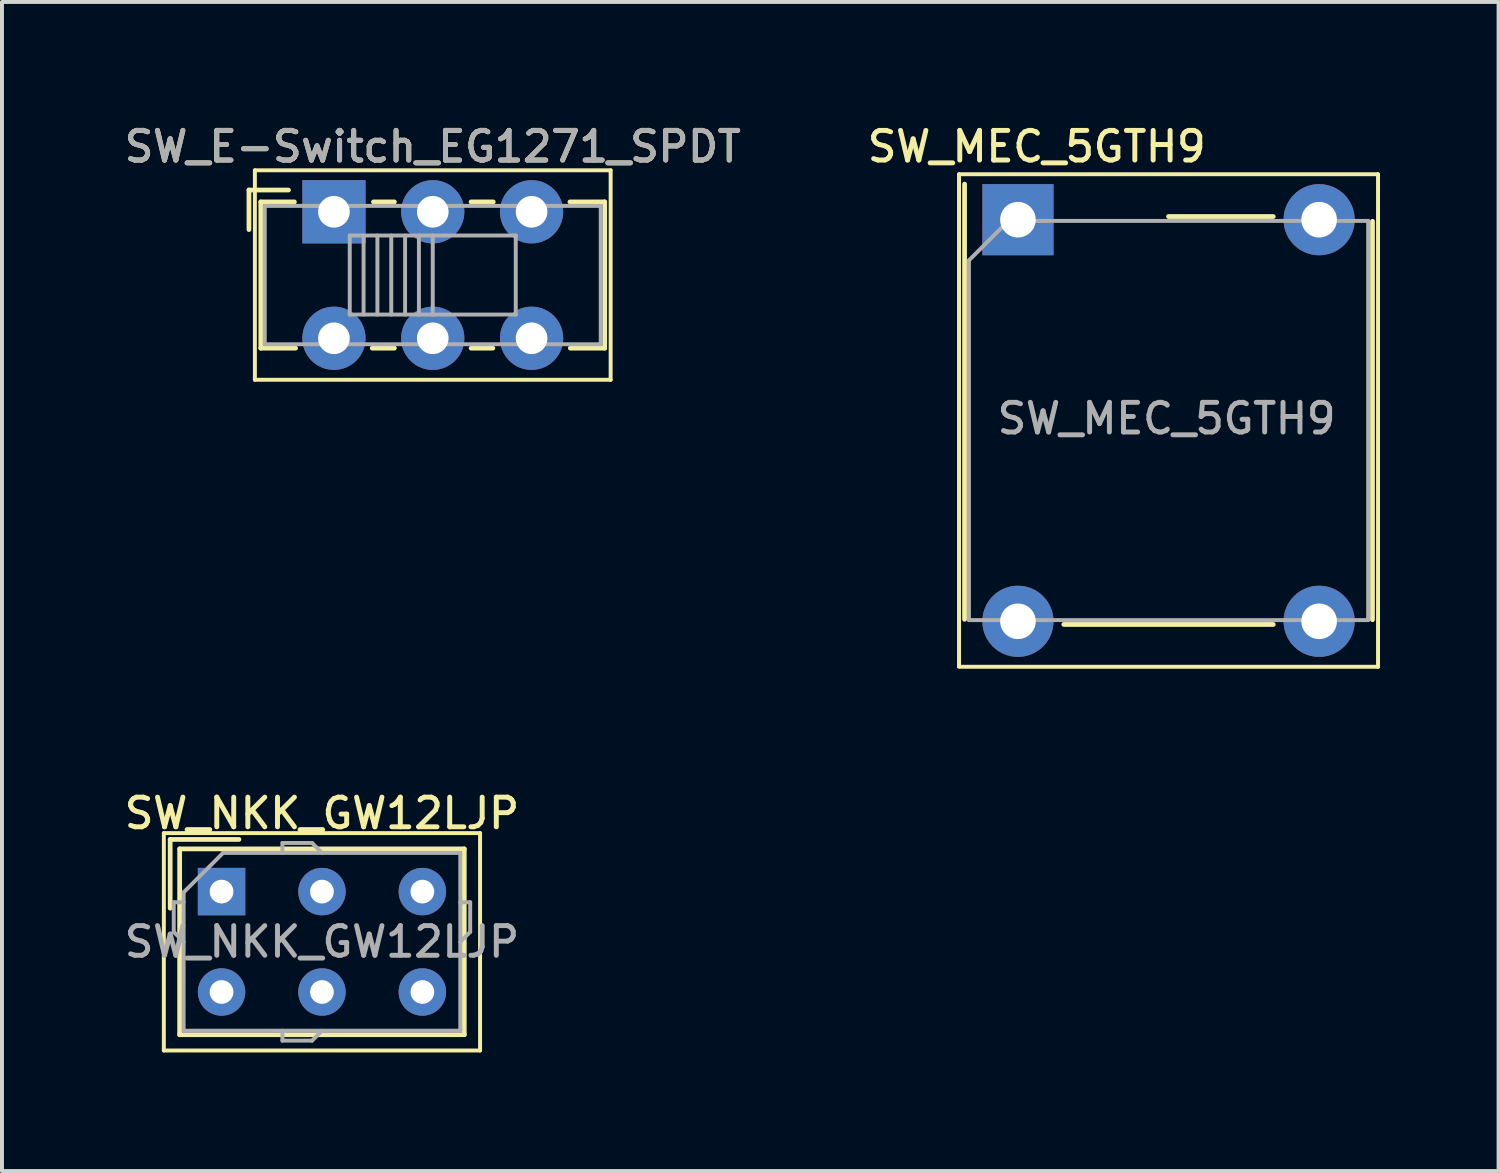
<source format=kicad_pcb>
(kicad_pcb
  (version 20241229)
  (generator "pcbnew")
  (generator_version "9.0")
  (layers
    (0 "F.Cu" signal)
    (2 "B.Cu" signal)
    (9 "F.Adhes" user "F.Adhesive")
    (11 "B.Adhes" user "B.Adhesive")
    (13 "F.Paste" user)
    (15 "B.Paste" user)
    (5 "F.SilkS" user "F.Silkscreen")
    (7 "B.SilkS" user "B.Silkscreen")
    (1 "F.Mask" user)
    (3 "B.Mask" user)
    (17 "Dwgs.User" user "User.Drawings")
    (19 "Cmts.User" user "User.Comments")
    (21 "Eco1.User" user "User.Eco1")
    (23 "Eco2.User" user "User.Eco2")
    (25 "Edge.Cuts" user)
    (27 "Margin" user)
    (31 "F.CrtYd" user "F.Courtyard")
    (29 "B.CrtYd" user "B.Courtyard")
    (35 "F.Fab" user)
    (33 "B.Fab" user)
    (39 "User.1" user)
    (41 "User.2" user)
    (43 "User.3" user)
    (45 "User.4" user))
  (footprint "SW_NKK_GW12LJP"
    (layer "F.Cu")
    (at 2.555 19.506)
    (property "Reference" "SW_NKK_GW12LJP" (at 2.54 -1.98 0) (layer "F.SilkS") (effects (font (size 0.75 0.75) (thickness 0.125))))
    (attr through_hole)
    (fp_line (start -1.46 -1.48) (end -1.46 4.02) (stroke (width 0.1) (type solid)) (layer "F.SilkS"))
    (fp_line (start -1.46 4.02) (end 6.54 4.02) (stroke (width 0.1) (type solid)) (layer "F.SilkS"))
    (fp_line (start -1.3 -1.32) (end 0.44 -1.32) (stroke (width 0.12) (type solid)) (layer "F.SilkS"))
    (fp_line (start -1.3 0.42) (end -1.3 -1.32) (stroke (width 0.12) (type solid)) (layer "F.SilkS"))
    (fp_line (start -1.06 -1.08) (end -1.06 3.62) (stroke (width 0.12) (type solid)) (layer "F.SilkS"))
    (fp_line (start -1.06 3.62) (end 6.14 3.62) (stroke (width 0.12) (type solid)) (layer "F.SilkS"))
    (fp_line (start 6.14 -1.08) (end -1.06 -1.08) (stroke (width 0.12) (type solid)) (layer "F.SilkS"))
    (fp_line (start 6.14 3.62) (end 6.14 -1.08) (stroke (width 0.12) (type solid)) (layer "F.SilkS"))
    (fp_line (start 6.54 -1.48) (end -1.46 -1.48) (stroke (width 0.1) (type solid)) (layer "F.SilkS"))
    (fp_line (start 6.54 4.02) (end 6.54 -1.48) (stroke (width 0.1) (type solid)) (layer "F.SilkS"))
    (fp_line (start -1.21 0.27) (end -0.96 0.27) (stroke (width 0.1) (type solid)) (layer "F.Fab"))
    (fp_line (start -1.21 1.02) (end -1.21 0.27) (stroke (width 0.1) (type solid)) (layer "F.Fab"))
    (fp_line (start -0.96 0.02) (end 0.04 -0.98) (stroke (width 0.1) (type solid)) (layer "F.Fab"))
    (fp_line (start -0.96 1.27) (end -1.21 1.02) (stroke (width 0.1) (type solid)) (layer "F.Fab"))
    (fp_line (start -0.96 3.52) (end -0.96 0.02) (stroke (width 0.1) (type solid)) (layer "F.Fab"))
    (fp_line (start 0.04 -0.98) (end 6.04 -0.98) (stroke (width 0.1) (type solid)) (layer "F.Fab"))
    (fp_line (start 1.54 -1.23) (end 1.54 -0.98) (stroke (width 0.1) (type solid)) (layer "F.Fab"))
    (fp_line (start 1.54 3.77) (end 1.54 3.52) (stroke (width 0.1) (type solid)) (layer "F.Fab"))
    (fp_line (start 2.29 -1.23) (end 1.54 -1.23) (stroke (width 0.1) (type solid)) (layer "F.Fab"))
    (fp_line (start 2.29 3.77) (end 1.54 3.77) (stroke (width 0.1) (type solid)) (layer "F.Fab"))
    (fp_line (start 2.54 -0.98) (end 2.29 -1.23) (stroke (width 0.1) (type solid)) (layer "F.Fab"))
    (fp_line (start 2.54 3.52) (end 2.29 3.77) (stroke (width 0.1) (type solid)) (layer "F.Fab"))
    (fp_line (start 6.04 -0.98) (end 6.04 3.52) (stroke (width 0.1) (type solid)) (layer "F.Fab"))
    (fp_line (start 6.04 1.27) (end 6.29 1.02) (stroke (width 0.1) (type solid)) (layer "F.Fab"))
    (fp_line (start 6.04 3.52) (end -0.96 3.52) (stroke (width 0.1) (type solid)) (layer "F.Fab"))
    (fp_line (start 6.29 0.27) (end 6.04 0.27) (stroke (width 0.1) (type solid)) (layer "F.Fab"))
    (fp_line (start 6.29 1.02) (end 6.29 0.27) (stroke (width 0.1) (type solid)) (layer "F.Fab"))
    (fp_text user "${REFERENCE}" (at 2.54 1.27 0) (layer "F.Fab") (effects (font (size 0.75 0.75) (thickness 0.125))))
    (pad "1" thru_hole rect (at 0 0) (size 1.2 1.2) (drill 0.6) (layers "*.Cu" "*.Mask"))
    (pad "2" thru_hole circle (at 2.54 0) (size 1.2 1.2) (drill 0.6) (layers "*.Cu" "*.Mask"))
    (pad "3" thru_hole circle (at 5.08 0) (size 1.2 1.2) (drill 0.6) (layers "*.Cu" "*.Mask"))
    (pad "4" thru_hole circle (at 0 2.54) (size 1.2 1.2) (drill 0.6) (layers "*.Cu" "*.Mask"))
    (pad "5" thru_hole circle (at 2.54 2.54) (size 1.2 1.2) (drill 0.6) (layers "*.Cu" "*.Mask"))
    (pad "6" thru_hole circle (at 5.08 2.54) (size 1.2 1.2) (drill 0.6) (layers "*.Cu" "*.Mask")))
  (footprint "SW_E-Switch_EG1271_SPDT"
    (layer "F.Cu")
    (at 5.398 2.308)
    (property "Reference" "SW_E-Switch_EG1271_SPDT" (at 2.5 -1.65 0) (layer "F.SilkS") (effects (font (size 0.75 0.75) (thickness 0.125))))
    (attr through_hole)
    (fp_line (start -2.15 -0.55) (end -1.15 -0.55) (stroke (width 0.12) (type solid)) (layer "F.SilkS"))
    (fp_line (start -2.15 0.45) (end -2.15 -0.55) (stroke (width 0.12) (type solid)) (layer "F.SilkS"))
    (fp_line (start -2 -1.05) (end 7 -1.05) (stroke (width 0.1) (type solid)) (layer "F.SilkS"))
    (fp_line (start -2 4.25) (end -2 -1.05) (stroke (width 0.1) (type solid)) (layer "F.SilkS"))
    (fp_line (start -1.85 -0.25) (end -1 -0.25) (stroke (width 0.12) (type solid)) (layer "F.SilkS"))
    (fp_line (start -1.85 3.45) (end -1.85 -0.25) (stroke (width 0.12) (type solid)) (layer "F.SilkS"))
    (fp_line (start -0.97 3.45) (end -1.85 3.45) (stroke (width 0.12) (type solid)) (layer "F.SilkS"))
    (fp_line (start 1 -0.25) (end 1.53 -0.25) (stroke (width 0.12) (type solid)) (layer "F.SilkS"))
    (fp_line (start 1.53 3.45) (end 0.97 3.45) (stroke (width 0.12) (type solid)) (layer "F.SilkS"))
    (fp_line (start 3.47 -0.25) (end 4.03 -0.25) (stroke (width 0.12) (type solid)) (layer "F.SilkS"))
    (fp_line (start 4.02 3.45) (end 3.47 3.45) (stroke (width 0.12) (type solid)) (layer "F.SilkS"))
    (fp_line (start 5.97 -0.25) (end 6.85 -0.25) (stroke (width 0.12) (type solid)) (layer "F.SilkS"))
    (fp_line (start 6.85 -0.25) (end 6.85 3.45) (stroke (width 0.12) (type solid)) (layer "F.SilkS"))
    (fp_line (start 6.85 3.45) (end 5.98 3.45) (stroke (width 0.12) (type solid)) (layer "F.SilkS"))
    (fp_line (start 7 -1.05) (end 7 4.25) (stroke (width 0.1) (type solid)) (layer "F.SilkS"))
    (fp_line (start 7 4.25) (end -2 4.25) (stroke (width 0.1) (type solid)) (layer "F.SilkS"))
    (fp_line (start -1.75 -0.15) (end -1.75 3.35) (stroke (width 0.1) (type solid)) (layer "F.Fab"))
    (fp_line (start -1.75 -0.15) (end 6.75 -0.15) (stroke (width 0.1) (type solid)) (layer "F.Fab"))
    (fp_line (start 0.4 0.6) (end 0.4 2.6) (stroke (width 0.1) (type solid)) (layer "F.Fab"))
    (fp_line (start 0.4 0.6) (end 4.6 0.6) (stroke (width 0.1) (type solid)) (layer "F.Fab"))
    (fp_line (start 0.75 0.6) (end 0.75 2.6) (stroke (width 0.1) (type solid)) (layer "F.Fab"))
    (fp_line (start 1.1 0.6) (end 1.1 2.6) (stroke (width 0.1) (type solid)) (layer "F.Fab"))
    (fp_line (start 1.45 0.6) (end 1.45 2.6) (stroke (width 0.1) (type solid)) (layer "F.Fab"))
    (fp_line (start 1.8 0.6) (end 1.8 2.6) (stroke (width 0.1) (type solid)) (layer "F.Fab"))
    (fp_line (start 2.15 0.6) (end 2.15 2.6) (stroke (width 0.1) (type solid)) (layer "F.Fab"))
    (fp_line (start 2.5 0.6) (end 2.5 2.6) (stroke (width 0.1) (type solid)) (layer "F.Fab"))
    (fp_line (start 4.6 0.6) (end 4.6 2.6) (stroke (width 0.1) (type solid)) (layer "F.Fab"))
    (fp_line (start 4.6 2.6) (end 0.4 2.6) (stroke (width 0.1) (type solid)) (layer "F.Fab"))
    (fp_line (start 6.75 -0.15) (end 6.75 3.35) (stroke (width 0.1) (type solid)) (layer "F.Fab"))
    (fp_line (start 6.75 3.35) (end -1.75 3.35) (stroke (width 0.1) (type solid)) (layer "F.Fab"))
    (fp_text user "${REFERENCE}" (at 2.5 -1.65 0) (layer "F.Fab") (effects (font (size 0.75 0.75) (thickness 0.125))))
    (pad "1" thru_hole rect (at 0 0) (size 1.6 1.6) (drill 0.8) (layers "*.Cu" "*.Mask"))
    (pad "2" thru_hole circle (at 2.5 0) (size 1.6 1.6) (drill 0.8) (layers "*.Cu" "*.Mask"))
    (pad "3" thru_hole circle (at 5 0) (size 1.6 1.6) (drill 0.8) (layers "*.Cu" "*.Mask"))
    (pad "4" thru_hole circle (at 0 3.2) (size 1.6 1.6) (drill 0.8) (layers "*.Cu" "*.Mask"))
    (pad "5" thru_hole circle (at 2.5 3.2) (size 1.6 1.6) (drill 0.8) (layers "*.Cu" "*.Mask"))
    (pad "6" thru_hole circle (at 5 3.2) (size 1.6 1.6) (drill 0.8) (layers "*.Cu" "*.Mask")))
  (footprint "SW_MEC_5GTH9"
    (layer "F.Cu")
    (at 22.702 2.508)
    (property "Reference" "SW_MEC_5GTH9" (at 0.475 -1.85 180) (layer "F.SilkS") (effects (font (size 0.75 0.75) (thickness 0.125))))
    (attr through_hole)
    (fp_line (start -1.49 -1.15) (end 9.11 -1.15) (stroke (width 0.1) (type solid)) (layer "F.SilkS"))
    (fp_line (start -1.49 11.3) (end -1.49 -1.15) (stroke (width 0.1) (type solid)) (layer "F.SilkS"))
    (fp_line (start -1.35 -0.9) (end -1.35 10.11) (stroke (width 0.12) (type solid)) (layer "F.SilkS"))
    (fp_line (start 1.16 10.24) (end 6.46 10.24) (stroke (width 0.12) (type solid)) (layer "F.SilkS"))
    (fp_line (start 6.46 -0.08) (end 3.81 -0.08) (stroke (width 0.12) (type solid)) (layer "F.SilkS"))
    (fp_line (start 8.97 0.04) (end 8.97 10.12) (stroke (width 0.12) (type solid)) (layer "F.SilkS"))
    (fp_line (start 9.11 -1.15) (end 9.11 11.31) (stroke (width 0.1) (type solid)) (layer "F.SilkS"))
    (fp_line (start 9.11 11.31) (end -1.49 11.31) (stroke (width 0.1) (type solid)) (layer "F.SilkS"))
    (fp_line (start -1.24 10.13) (end -1.24 1.03) (stroke (width 0.1) (type solid)) (layer "F.Fab"))
    (fp_line (start -0.24 0.03) (end -1.24 1.03) (stroke (width 0.1) (type solid)) (layer "F.Fab"))
    (fp_line (start -0.24 0.03) (end 8.86 0.03) (stroke (width 0.1) (type solid)) (layer "F.Fab"))
    (fp_line (start 8.86 0.03) (end 8.86 10.13) (stroke (width 0.1) (type solid)) (layer "F.Fab"))
    (fp_line (start 8.86 10.13) (end -1.24 10.13) (stroke (width 0.1) (type solid)) (layer "F.Fab"))
    (fp_text user "${REFERENCE}" (at 3.76 5.03 180) (layer "F.Fab") (effects (font (size 0.75 0.75) (thickness 0.125))))
    (pad "1" thru_hole rect (at 0 0 90) (size 1.8 1.8) (drill 0.9) (layers "*.Cu" "*.Mask"))
    (pad "1" thru_hole circle (at 0 10.16 90) (size 1.8 1.8) (drill 0.9) (layers "*.Cu" "*.Mask"))
    (pad "2" thru_hole circle (at 7.62 0 90) (size 1.8 1.8) (drill 0.9) (layers "*.Cu" "*.Mask"))
    (pad "2" thru_hole circle (at 7.62 10.16 90) (size 1.8 1.8) (drill 0.9) (layers "*.Cu" "*.Mask")))
  (gr_rect
    (start -3 -3)
    (end 34.862 26.576)
    (stroke (width 0.1) (type default))
    (fill no)
    (layer "Edge.Cuts")))
</source>
